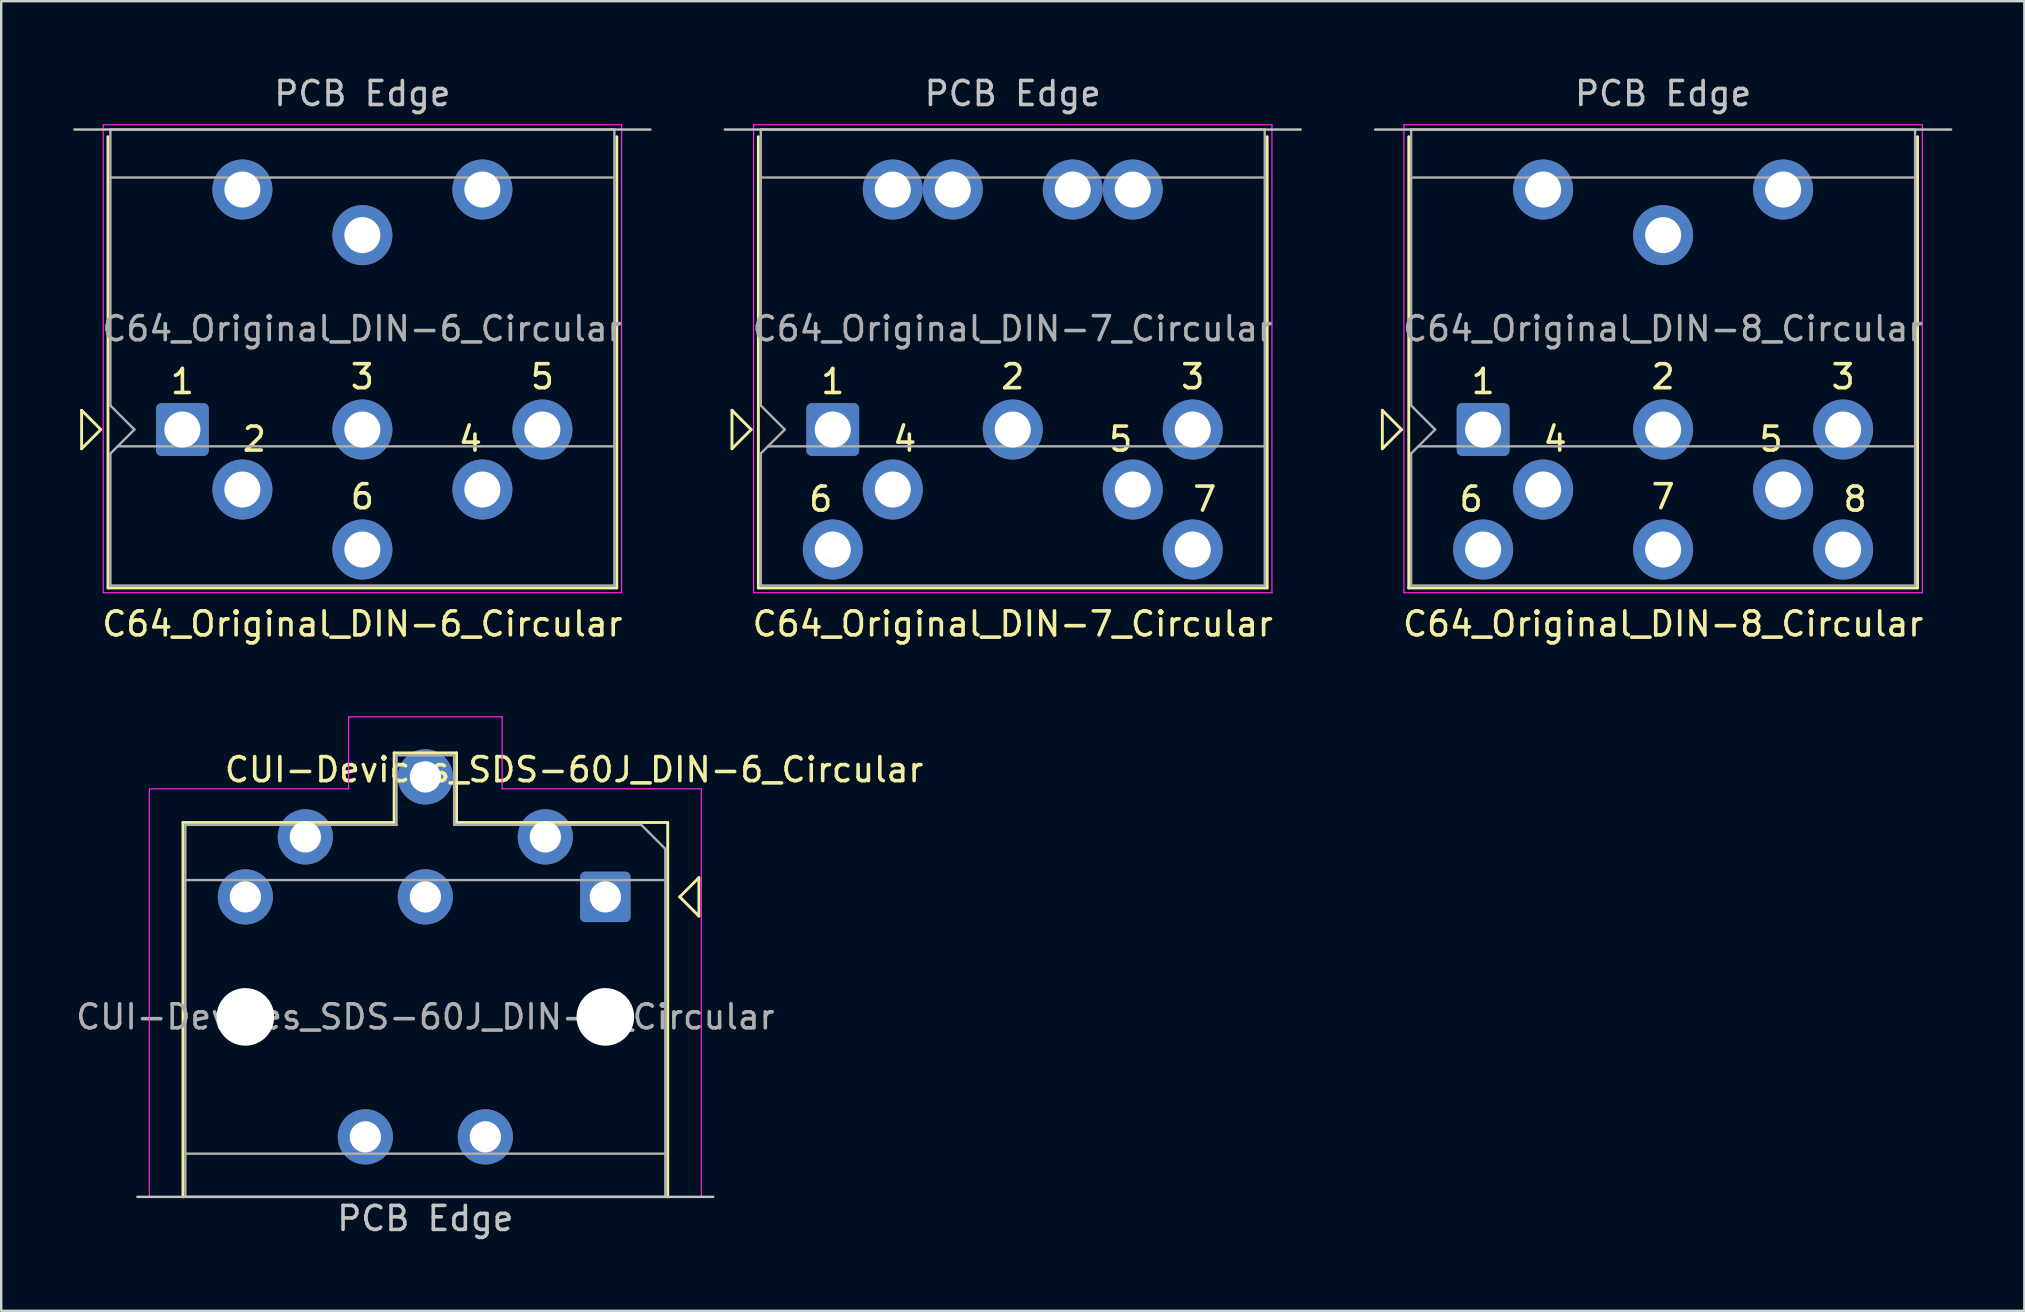
<source format=kicad_pcb>
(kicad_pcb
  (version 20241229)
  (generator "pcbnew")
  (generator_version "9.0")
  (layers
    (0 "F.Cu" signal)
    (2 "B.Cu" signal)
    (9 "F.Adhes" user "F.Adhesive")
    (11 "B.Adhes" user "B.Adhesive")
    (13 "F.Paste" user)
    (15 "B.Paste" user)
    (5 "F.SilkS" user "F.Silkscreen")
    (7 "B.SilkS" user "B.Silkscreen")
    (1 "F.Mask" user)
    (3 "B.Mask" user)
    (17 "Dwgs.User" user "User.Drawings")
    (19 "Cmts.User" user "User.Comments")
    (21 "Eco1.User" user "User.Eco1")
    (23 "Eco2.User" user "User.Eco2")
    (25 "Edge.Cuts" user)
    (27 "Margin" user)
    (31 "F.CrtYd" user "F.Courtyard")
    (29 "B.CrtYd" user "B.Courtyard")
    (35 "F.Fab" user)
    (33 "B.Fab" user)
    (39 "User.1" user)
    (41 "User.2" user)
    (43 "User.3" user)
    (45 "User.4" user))
  (footprint "C64_Original_DIN-8_Circular"
    (layer "F.Cu")
    (at 58.75 14.848)
    (property "Reference" "C64_Original_DIN-8_Circular" (at 7.5 8.1 180) (layer "F.SilkS") (effects (font (size 1 1) (thickness 0.15))))
    (attr through_hole)
    (fp_line (start -4.2 -0.8) (end -3.4 0) (stroke (width 0.12) (type solid)) (layer "F.SilkS"))
    (fp_line (start -4.2 0.8) (end -4.2 -0.8) (stroke (width 0.12) (type solid)) (layer "F.SilkS"))
    (fp_line (start -3.4 0) (end -4.2 0.8) (stroke (width 0.12) (type solid)) (layer "F.SilkS"))
    (fp_line (start -3.1 -12.2) (end -3.1 6.6) (stroke (width 0.12) (type solid)) (layer "F.SilkS"))
    (fp_line (start -3.1 6.6) (end 18.1 6.6) (stroke (width 0.12) (type solid)) (layer "F.SilkS"))
    (fp_line (start 18.1 6.6) (end 18.1 -12.2) (stroke (width 0.12) (type solid)) (layer "F.SilkS"))
    (fp_line (start -4.5 -12.5) (end 19.5 -12.5) (stroke (width 0.1) (type solid)) (layer "Dwgs.User"))
    (fp_line (start -3.3 -12.7) (end -3.3 6.8) (stroke (width 0.05) (type solid)) (layer "F.CrtYd"))
    (fp_line (start -3.3 6.8) (end 18.3 6.8) (stroke (width 0.05) (type solid)) (layer "F.CrtYd"))
    (fp_line (start 18.3 -12.7) (end -3.3 -12.7) (stroke (width 0.05) (type solid)) (layer "F.CrtYd"))
    (fp_line (start 18.3 6.8) (end 18.3 -12.7) (stroke (width 0.05) (type solid)) (layer "F.CrtYd"))
    (fp_line (start -3 -12.5) (end -3 -1) (stroke (width 0.1) (type solid)) (layer "F.Fab"))
    (fp_line (start -3 -12.5) (end 18 -12.5) (stroke (width 0.1) (type solid)) (layer "F.Fab"))
    (fp_line (start -3 -10.5) (end 18 -10.5) (stroke (width 0.1) (type solid)) (layer "F.Fab"))
    (fp_line (start -3 1) (end -3 6.5) (stroke (width 0.1) (type solid)) (layer "F.Fab"))
    (fp_line (start -3 6.5) (end 18 6.5) (stroke (width 0.1) (type solid)) (layer "F.Fab"))
    (fp_line (start -2 0) (end -3 -1) (stroke (width 0.1) (type solid)) (layer "F.Fab"))
    (fp_line (start -2 0) (end -3 1) (stroke (width 0.1) (type solid)) (layer "F.Fab"))
    (fp_line (start 18 -12.5) (end 18 6.5) (stroke (width 0.1) (type solid)) (layer "F.Fab"))
    (fp_line (start 18 0.7) (end -2.7 0.7) (stroke (width 0.1) (type solid)) (layer "F.Fab"))
    (fp_text user "4" (at 3 0.4 0) (layer "F.SilkS") (effects (font (size 1 1) (thickness 0.15))))
    (fp_text user "5" (at 12 0.4 0) (layer "F.SilkS") (effects (font (size 1 1) (thickness 0.15))))
    (fp_text user "2" (at 7.5 -2.2 0) (layer "F.SilkS") (effects (font (size 1 1) (thickness 0.15))))
    (fp_text user "1" (at 0 -2 0) (layer "F.SilkS") (effects (font (size 1 1) (thickness 0.15))))
    (fp_text user "6" (at -0.5 2.9 0) (layer "F.SilkS") (effects (font (size 1 1) (thickness 0.15))))
    (fp_text user "7" (at 7.5 2.8 0) (layer "F.SilkS") (effects (font (size 1 1) (thickness 0.15))))
    (fp_text user "3" (at 15 -2.2 0) (layer "F.SilkS") (effects (font (size 1 1) (thickness 0.15))))
    (fp_text user "8" (at 15.5 2.9 0) (layer "F.SilkS") (effects (font (size 1 1) (thickness 0.15))))
    (fp_text user "PCB Edge" (at 7.5 -14 0) (layer "Dwgs.User") (effects (font (size 1 1) (thickness 0.15))))
    (fp_text user "${REFERENCE}" (at 7.5 -4.2 180) (layer "F.Fab") (effects (font (size 1 1) (thickness 0.15))))
    (pad "0" thru_hole circle (at 2.5 -10) (size 2.5 2.5) (drill 1.5) (layers "*.Cu" "*.Mask"))
    (pad "0" thru_hole circle (at 7.5 -8.1) (size 2.5 2.5) (drill 1.5) (layers "*.Cu" "*.Mask"))
    (pad "0" thru_hole circle (at 12.5 -10) (size 2.5 2.5) (drill 1.5) (layers "*.Cu" "*.Mask"))
    (pad "1" thru_hole roundrect (at 0 0) (size 2.2 2.2) (drill 1.5) (layers "*.Cu" "*.Mask") (roundrect_rratio 0.1))
    (pad "2" thru_hole circle (at 7.5 0) (size 2.5 2.5) (drill 1.5) (layers "*.Cu" "*.Mask"))
    (pad "3" thru_hole circle (at 15 0) (size 2.5 2.5) (drill 1.5) (layers "*.Cu" "*.Mask"))
    (pad "4" thru_hole circle (at 2.5 2.5) (size 2.5 2.5) (drill 1.5) (layers "*.Cu" "*.Mask"))
    (pad "5" thru_hole circle (at 12.5 2.5) (size 2.5 2.5) (drill 1.5) (layers "*.Cu" "*.Mask"))
    (pad "6" thru_hole circle (at 0 5) (size 2.5 2.5) (drill 1.5) (layers "*.Cu" "*.Mask"))
    (pad "7" thru_hole circle (at 7.5 5) (size 2.5 2.5) (drill 1.5) (layers "*.Cu" "*.Mask"))
    (pad "8" thru_hole circle (at 15 5) (size 2.5 2.5) (drill 1.5) (layers "*.Cu" "*.Mask")))
  (footprint "C64_Original_DIN-7_Circular"
    (layer "F.Cu")
    (at 31.65 14.848)
    (property "Reference" "C64_Original_DIN-7_Circular" (at 7.5 8.1 180) (layer "F.SilkS") (effects (font (size 1 1) (thickness 0.15))))
    (attr through_hole)
    (fp_line (start -4.2 -0.8) (end -3.4 0) (stroke (width 0.12) (type solid)) (layer "F.SilkS"))
    (fp_line (start -4.2 0.8) (end -4.2 -0.8) (stroke (width 0.12) (type solid)) (layer "F.SilkS"))
    (fp_line (start -3.4 0) (end -4.2 0.8) (stroke (width 0.12) (type solid)) (layer "F.SilkS"))
    (fp_line (start -3.1 -12.2) (end -3.1 6.6) (stroke (width 0.12) (type solid)) (layer "F.SilkS"))
    (fp_line (start -3.1 6.6) (end 18.1 6.6) (stroke (width 0.12) (type solid)) (layer "F.SilkS"))
    (fp_line (start 18.1 6.6) (end 18.1 -12.2) (stroke (width 0.12) (type solid)) (layer "F.SilkS"))
    (fp_line (start -4.5 -12.5) (end 19.5 -12.5) (stroke (width 0.1) (type solid)) (layer "Dwgs.User"))
    (fp_line (start -3.3 -12.7) (end -3.3 6.8) (stroke (width 0.05) (type solid)) (layer "F.CrtYd"))
    (fp_line (start -3.3 6.8) (end 18.3 6.8) (stroke (width 0.05) (type solid)) (layer "F.CrtYd"))
    (fp_line (start 18.3 -12.7) (end -3.3 -12.7) (stroke (width 0.05) (type solid)) (layer "F.CrtYd"))
    (fp_line (start 18.3 6.8) (end 18.3 -12.7) (stroke (width 0.05) (type solid)) (layer "F.CrtYd"))
    (fp_line (start -3 -12.5) (end -3 -1) (stroke (width 0.1) (type solid)) (layer "F.Fab"))
    (fp_line (start -3 -12.5) (end 18 -12.5) (stroke (width 0.1) (type solid)) (layer "F.Fab"))
    (fp_line (start -3 -10.5) (end 18 -10.5) (stroke (width 0.1) (type solid)) (layer "F.Fab"))
    (fp_line (start -3 1) (end -3 6.5) (stroke (width 0.1) (type solid)) (layer "F.Fab"))
    (fp_line (start -3 6.5) (end 18 6.5) (stroke (width 0.1) (type solid)) (layer "F.Fab"))
    (fp_line (start -2 0) (end -3 -1) (stroke (width 0.1) (type solid)) (layer "F.Fab"))
    (fp_line (start -2 0) (end -3 1) (stroke (width 0.1) (type solid)) (layer "F.Fab"))
    (fp_line (start 18 -12.5) (end 18 6.5) (stroke (width 0.1) (type solid)) (layer "F.Fab"))
    (fp_line (start 18 0.7) (end -2.7 0.7) (stroke (width 0.1) (type solid)) (layer "F.Fab"))
    (fp_text user "7" (at 15.5 2.9 0) (layer "F.SilkS") (effects (font (size 1 1) (thickness 0.15))))
    (fp_text user "3" (at 15 -2.2 0) (layer "F.SilkS") (effects (font (size 1 1) (thickness 0.15))))
    (fp_text user "5" (at 12 0.4 0) (layer "F.SilkS") (effects (font (size 1 1) (thickness 0.15))))
    (fp_text user "1" (at 0 -2 0) (layer "F.SilkS") (effects (font (size 1 1) (thickness 0.15))))
    (fp_text user "4" (at 3 0.4 0) (layer "F.SilkS") (effects (font (size 1 1) (thickness 0.15))))
    (fp_text user "6" (at -0.5 2.9 0) (layer "F.SilkS") (effects (font (size 1 1) (thickness 0.15))))
    (fp_text user "2" (at 7.5 -2.2 0) (layer "F.SilkS") (effects (font (size 1 1) (thickness 0.15))))
    (fp_text user "PCB Edge" (at 7.5 -14 0) (layer "Dwgs.User") (effects (font (size 1 1) (thickness 0.15))))
    (fp_text user "${REFERENCE}" (at 7.5 -4.2 180) (layer "F.Fab") (effects (font (size 1 1) (thickness 0.15))))
    (pad "0" thru_hole circle (at 2.5 -10) (size 2.5 2.5) (drill 1.5) (layers "*.Cu" "*.Mask"))
    (pad "0" thru_hole circle (at 5 -10) (size 2.5 2.5) (drill 1.5) (layers "*.Cu" "*.Mask"))
    (pad "0" thru_hole circle (at 10 -10) (size 2.5 2.5) (drill 1.5) (layers "*.Cu" "*.Mask"))
    (pad "0" thru_hole circle (at 12.5 -10) (size 2.5 2.5) (drill 1.5) (layers "*.Cu" "*.Mask"))
    (pad "1" thru_hole roundrect (at 0 0) (size 2.2 2.2) (drill 1.5) (layers "*.Cu" "*.Mask") (roundrect_rratio 0.1))
    (pad "2" thru_hole circle (at 7.5 0) (size 2.5 2.5) (drill 1.5) (layers "*.Cu" "*.Mask"))
    (pad "3" thru_hole circle (at 15 0) (size 2.5 2.5) (drill 1.5) (layers "*.Cu" "*.Mask"))
    (pad "4" thru_hole circle (at 2.5 2.5) (size 2.5 2.5) (drill 1.5) (layers "*.Cu" "*.Mask"))
    (pad "5" thru_hole circle (at 12.5 2.5) (size 2.5 2.5) (drill 1.5) (layers "*.Cu" "*.Mask"))
    (pad "6" thru_hole circle (at 0 5) (size 2.5 2.5) (drill 1.5) (layers "*.Cu" "*.Mask"))
    (pad "7" thru_hole circle (at 15 5) (size 2.5 2.5) (drill 1.5) (layers "*.Cu" "*.Mask")))
  (footprint "C64_Original_DIN-6_Circular"
    (layer "F.Cu")
    (at 4.55 14.848)
    (property "Reference" "C64_Original_DIN-6_Circular" (at 7.5 8.1 180) (layer "F.SilkS") (effects (font (size 1 1) (thickness 0.15))))
    (attr through_hole)
    (fp_line (start -4.2 -0.8) (end -3.4 0) (stroke (width 0.12) (type solid)) (layer "F.SilkS"))
    (fp_line (start -4.2 0.8) (end -4.2 -0.8) (stroke (width 0.12) (type solid)) (layer "F.SilkS"))
    (fp_line (start -3.4 0) (end -4.2 0.8) (stroke (width 0.12) (type solid)) (layer "F.SilkS"))
    (fp_line (start -3.1 -12.2) (end -3.1 6.6) (stroke (width 0.12) (type solid)) (layer "F.SilkS"))
    (fp_line (start -3.1 6.6) (end 18.1 6.6) (stroke (width 0.12) (type solid)) (layer "F.SilkS"))
    (fp_line (start 18.1 6.6) (end 18.1 -12.2) (stroke (width 0.12) (type solid)) (layer "F.SilkS"))
    (fp_line (start -4.5 -12.5) (end 19.5 -12.5) (stroke (width 0.1) (type solid)) (layer "Dwgs.User"))
    (fp_line (start -3.3 -12.7) (end -3.3 6.8) (stroke (width 0.05) (type solid)) (layer "F.CrtYd"))
    (fp_line (start -3.3 6.8) (end 18.3 6.8) (stroke (width 0.05) (type solid)) (layer "F.CrtYd"))
    (fp_line (start 18.3 -12.7) (end -3.3 -12.7) (stroke (width 0.05) (type solid)) (layer "F.CrtYd"))
    (fp_line (start 18.3 6.8) (end 18.3 -12.7) (stroke (width 0.05) (type solid)) (layer "F.CrtYd"))
    (fp_line (start -3 -12.5) (end -3 -1) (stroke (width 0.1) (type solid)) (layer "F.Fab"))
    (fp_line (start -3 -12.5) (end 18 -12.5) (stroke (width 0.1) (type solid)) (layer "F.Fab"))
    (fp_line (start -3 -10.5) (end 18 -10.5) (stroke (width 0.1) (type solid)) (layer "F.Fab"))
    (fp_line (start -3 1) (end -3 6.5) (stroke (width 0.1) (type solid)) (layer "F.Fab"))
    (fp_line (start -3 6.5) (end 18 6.5) (stroke (width 0.1) (type solid)) (layer "F.Fab"))
    (fp_line (start -2 0) (end -3 -1) (stroke (width 0.1) (type solid)) (layer "F.Fab"))
    (fp_line (start -2 0) (end -3 1) (stroke (width 0.1) (type solid)) (layer "F.Fab"))
    (fp_line (start 18 -12.5) (end 18 6.5) (stroke (width 0.1) (type solid)) (layer "F.Fab"))
    (fp_line (start 18 0.7) (end -2.7 0.7) (stroke (width 0.1) (type solid)) (layer "F.Fab"))
    (fp_text user "6" (at 7.5 2.8 0) (layer "F.SilkS") (effects (font (size 1 1) (thickness 0.15))))
    (fp_text user "3" (at 7.5 -2.2 0) (layer "F.SilkS") (effects (font (size 1 1) (thickness 0.15))))
    (fp_text user "5" (at 15 -2.2 0) (layer "F.SilkS") (effects (font (size 1 1) (thickness 0.15))))
    (fp_text user "1" (at 0 -2 0) (layer "F.SilkS") (effects (font (size 1 1) (thickness 0.15))))
    (fp_text user "4" (at 12 0.4 0) (layer "F.SilkS") (effects (font (size 1 1) (thickness 0.15))))
    (fp_text user "2" (at 3 0.4 0) (layer "F.SilkS") (effects (font (size 1 1) (thickness 0.15))))
    (fp_text user "PCB Edge" (at 7.5 -14 0) (layer "Dwgs.User") (effects (font (size 1 1) (thickness 0.15))))
    (fp_text user "${REFERENCE}" (at 7.5 -4.2 180) (layer "F.Fab") (effects (font (size 1 1) (thickness 0.15))))
    (pad "0" thru_hole circle (at 2.5 -10) (size 2.5 2.5) (drill 1.5) (layers "*.Cu" "*.Mask"))
    (pad "0" thru_hole circle (at 7.5 -8.1) (size 2.5 2.5) (drill 1.5) (layers "*.Cu" "*.Mask"))
    (pad "0" thru_hole circle (at 12.5 -10) (size 2.5 2.5) (drill 1.5) (layers "*.Cu" "*.Mask"))
    (pad "1" thru_hole roundrect (at 0 0) (size 2.2 2.2) (drill 1.5) (layers "*.Cu" "*.Mask") (roundrect_rratio 0.1))
    (pad "2" thru_hole circle (at 2.5 2.5) (size 2.5 2.5) (drill 1.5) (layers "*.Cu" "*.Mask"))
    (pad "3" thru_hole circle (at 7.5 0) (size 2.5 2.5) (drill 1.5) (layers "*.Cu" "*.Mask"))
    (pad "4" thru_hole circle (at 12.5 2.5) (size 2.5 2.5) (drill 1.5) (layers "*.Cu" "*.Mask"))
    (pad "5" thru_hole circle (at 15 0) (size 2.5 2.5) (drill 1.5) (layers "*.Cu" "*.Mask"))
    (pad "6" thru_hole circle (at 7.5 5) (size 2.5 2.5) (drill 1.5) (layers "*.Cu" "*.Mask")))
  (footprint "CUI-Devices_SDS-60J_DIN-6_Circular"
    (layer "F.Cu")
    (at 22.173 34.322)
    (property "Reference" "CUI-Devices_SDS-60J_DIN-6_Circular" (at -1.3 -5.3 0) (layer "F.SilkS") (effects (font (size 1 1) (thickness 0.15))))
    (attr through_hole)
    (fp_line (start -17.6 -3.1) (end -17.6 12.5) (stroke (width 0.12) (type solid)) (layer "F.SilkS"))
    (fp_line (start -17.6 -3.1) (end -8.8 -3.1) (stroke (width 0.12) (type solid)) (layer "F.SilkS"))
    (fp_line (start -8.8 -6) (end -6.2 -6) (stroke (width 0.12) (type solid)) (layer "F.SilkS"))
    (fp_line (start -8.8 -3.1) (end -8.8 -6) (stroke (width 0.12) (type solid)) (layer "F.SilkS"))
    (fp_line (start -6.2 -6) (end -6.2 -3.1) (stroke (width 0.12) (type solid)) (layer "F.SilkS"))
    (fp_line (start -6.2 -3.1) (end 2.6 -3.1) (stroke (width 0.12) (type solid)) (layer "F.SilkS"))
    (fp_line (start 2.6 12.5) (end 2.6 -3.1) (stroke (width 0.12) (type solid)) (layer "F.SilkS"))
    (fp_line (start 3.1 0) (end 3.9 -0.8) (stroke (width 0.12) (type solid)) (layer "F.SilkS"))
    (fp_line (start 3.9 -0.8) (end 3.9 0.8) (stroke (width 0.12) (type solid)) (layer "F.SilkS"))
    (fp_line (start 3.9 0.8) (end 3.1 0) (stroke (width 0.12) (type solid)) (layer "F.SilkS"))
    (fp_line (start -19.5 12.5) (end 4.5 12.5) (stroke (width 0.1) (type solid)) (layer "Dwgs.User"))
    (fp_line (start -19 -4.5) (end -19 12.5) (stroke (width 0.05) (type solid)) (layer "F.CrtYd"))
    (fp_line (start -19 -4.5) (end -10.7 -4.5) (stroke (width 0.05) (type solid)) (layer "F.CrtYd"))
    (fp_line (start -10.7 -7.5) (end -4.3 -7.5) (stroke (width 0.05) (type solid)) (layer "F.CrtYd"))
    (fp_line (start -10.7 -4.5) (end -10.7 -7.5) (stroke (width 0.05) (type solid)) (layer "F.CrtYd"))
    (fp_line (start -4.3 -7.5) (end -4.3 -4.5) (stroke (width 0.05) (type solid)) (layer "F.CrtYd"))
    (fp_line (start -4.3 -4.5) (end 4 -4.5) (stroke (width 0.05) (type solid)) (layer "F.CrtYd"))
    (fp_line (start 4 12.5) (end 4 -4.5) (stroke (width 0.05) (type solid)) (layer "F.CrtYd"))
    (fp_line (start -17.5 -3) (end -8.7 -3) (stroke (width 0.1) (type solid)) (layer "F.Fab"))
    (fp_line (start -17.5 10.7) (end -17.5 -3) (stroke (width 0.1) (type solid)) (layer "F.Fab"))
    (fp_line (start -17.5 10.7) (end -17.5 12.5) (stroke (width 0.1) (type solid)) (layer "F.Fab"))
    (fp_line (start -8.7 -5.9) (end -8.7 -3) (stroke (width 0.1) (type solid)) (layer "F.Fab"))
    (fp_line (start -6.3 -5.9) (end -8.7 -5.9) (stroke (width 0.1) (type solid)) (layer "F.Fab"))
    (fp_line (start -6.3 -3) (end -6.3 -5.9) (stroke (width 0.1) (type solid)) (layer "F.Fab"))
    (fp_line (start -6.3 -3) (end 1.5 -3) (stroke (width 0.1) (type solid)) (layer "F.Fab"))
    (fp_line (start 2.5 -2) (end 1.5 -3) (stroke (width 0.1) (type solid)) (layer "F.Fab"))
    (fp_line (start 2.5 -0.7) (end -17.5 -0.7) (stroke (width 0.1) (type solid)) (layer "F.Fab"))
    (fp_line (start 2.5 10.7) (end -17.5 10.7) (stroke (width 0.1) (type solid)) (layer "F.Fab"))
    (fp_line (start 2.5 10.7) (end 2.5 -2) (stroke (width 0.1) (type solid)) (layer "F.Fab"))
    (fp_line (start 2.5 10.7) (end 2.5 12.5) (stroke (width 0.1) (type solid)) (layer "F.Fab"))
    (fp_line (start 2.5 12.5) (end -17.5 12.5) (stroke (width 0.1) (type solid)) (layer "F.Fab"))
    (fp_text user "PCB Edge" (at -7.5 13.4 0) (layer "Dwgs.User") (effects (font (size 1 1) (thickness 0.15))))
    (fp_text user "${REFERENCE}" (at -7.5 5 0) (layer "F.Fab") (effects (font (size 1 1) (thickness 0.15))))
    (pad "" np_thru_hole circle (at -15 5) (size 2.4 2.4) (drill 2.4) (layers "*.Cu" "*.Mask"))
    (pad "" np_thru_hole circle (at 0 5) (size 2.4 2.4) (drill 2.4) (layers "*.Cu" "*.Mask"))
    (pad "0" thru_hole circle (at -10 10) (size 2.3 2.3) (drill 1.3) (layers "*.Cu" "*.Mask"))
    (pad "0" thru_hole circle (at -5 10) (size 2.3 2.3) (drill 1.3) (layers "*.Cu" "*.Mask"))
    (pad "1" thru_hole roundrect (at 0 0) (size 2.1 2.1) (drill 1.3) (layers "*.Cu" "*.Mask") (roundrect_rratio 0.1))
    (pad "2" thru_hole circle (at -2.5 -2.5) (size 2.3 2.3) (drill 1.3) (layers "*.Cu" "*.Mask"))
    (pad "3" thru_hole circle (at -7.5 0) (size 2.3 2.3) (drill 1.3) (layers "*.Cu" "*.Mask"))
    (pad "4" thru_hole circle (at -12.5 -2.5) (size 2.3 2.3) (drill 1.3) (layers "*.Cu" "*.Mask"))
    (pad "5" thru_hole circle (at -15 0) (size 2.3 2.3) (drill 1.3) (layers "*.Cu" "*.Mask"))
    (pad "6" thru_hole circle (at -7.5 -5) (size 2.3 2.3) (drill 1.3) (layers "*.Cu" "*.Mask")))
  (gr_rect
    (start -3 -3)
    (end 81.3 51.57)
    (stroke (width 0.1) (type default))
    (fill no)
    (layer "Edge.Cuts")))
</source>
